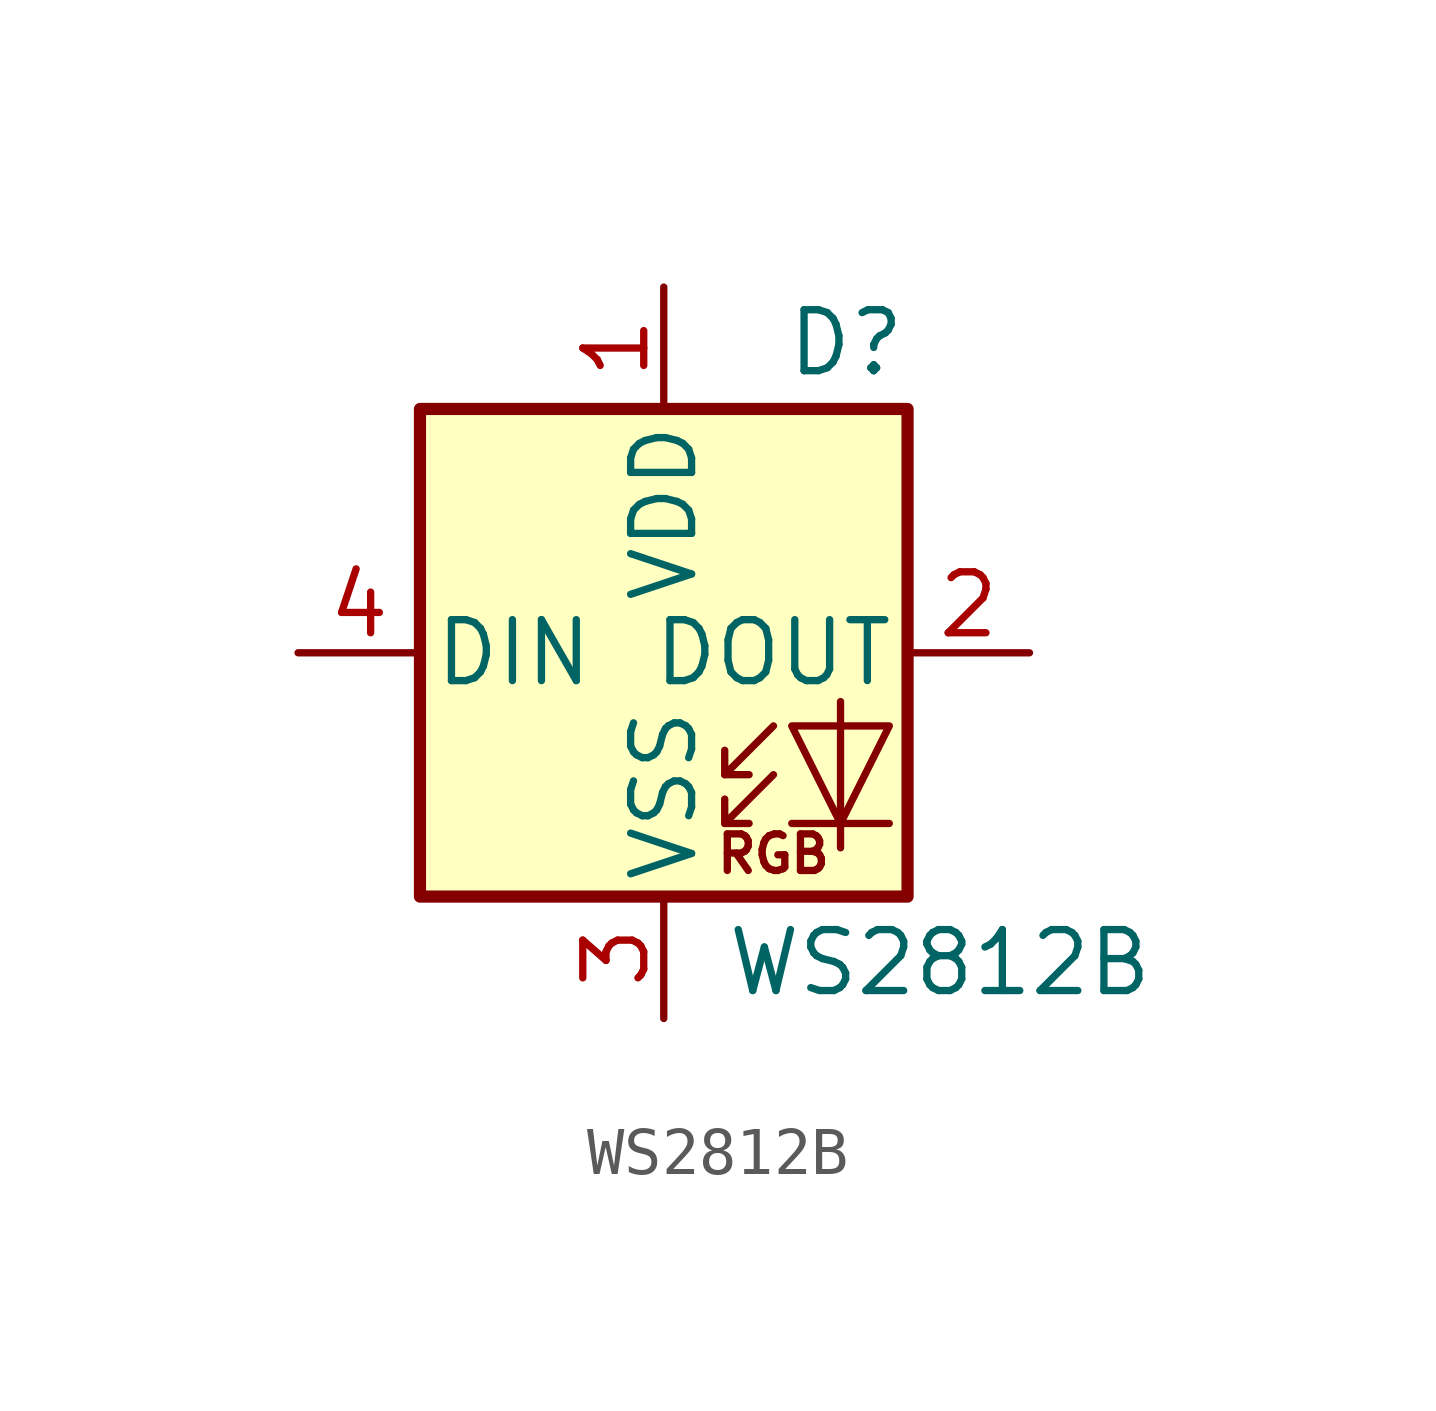
<source format=kicad_sym>
(kicad_symbol_lib
  (version 20201005)
  (generator kicad_symbol_editor)
  (symbol "mixduino-mk2:WS2812B"
    (pin_names
      (offset 0.254))
    (property "Reference" "D"
      (at 5.08 5.715 0)
      (effects (font (size 1.27 1.27)) (justify right bottom)))
    (property "Value" "WS2812B"
      (at 1.27 -5.715 0)
      (effects (font (size 1.27 1.27)) (justify left top)))
    (symbol "WS2812B_0_0"
      (text "RGB" (at 2.286 -4.191 0) (effects (font (size 0.762 0.762)))))
    (symbol "WS2812B_0_1"
      (rectangle (start 5.08 5.08) (end -5.08 -5.08) (stroke (width 0.254)) (fill (type background)))
      (polyline (pts (xy 1.27 -3.556) (xy 1.778 -3.556)) (stroke (width 0)) (fill (type none)))
      (polyline (pts (xy 1.27 -2.54) (xy 1.778 -2.54)) (stroke (width 0)) (fill (type none)))
      (polyline (pts (xy 4.699 -3.556) (xy 2.667 -3.556)) (stroke (width 0)) (fill (type none)))
      (polyline (pts (xy 2.286 -2.54) (xy 1.27 -3.556) (xy 1.27 -3.048)) (stroke (width 0)) (fill (type none)))
      (polyline (pts (xy 2.286 -1.524) (xy 1.27 -2.54) (xy 1.27 -2.032)) (stroke (width 0)) (fill (type none)))
      (polyline (pts (xy 3.683 -1.016) (xy 3.683 -3.556) (xy 3.683 -4.064)) (stroke (width 0)) (fill (type none)))
      (polyline (pts (xy 4.699 -1.524) (xy 2.667 -1.524) (xy 3.683 -3.556) (xy 4.699 -1.524)) (stroke (width 0)) (fill (type none))))
    (symbol "WS2812B_1_1"
      (pin power_in line (at 0 7.62 270) (length 2.54) (name "VDD" (effects (font (size 1.27 1.27)))) (number "1" (effects (font (size 1.27 1.27)))))
      (pin output line (at 7.62 0 180) (length 2.54) (name "DOUT" (effects (font (size 1.27 1.27)))) (number "2" (effects (font (size 1.27 1.27)))))
      (pin power_in line (at 0 -7.62 90) (length 2.54) (name "VSS" (effects (font (size 1.27 1.27)))) (number "3" (effects (font (size 1.27 1.27)))))
      (pin input line (at -7.62 0 0) (length 2.54) (name "DIN" (effects (font (size 1.27 1.27)))) (number "4" (effects (font (size 1.27 1.27))))))))
</source>
